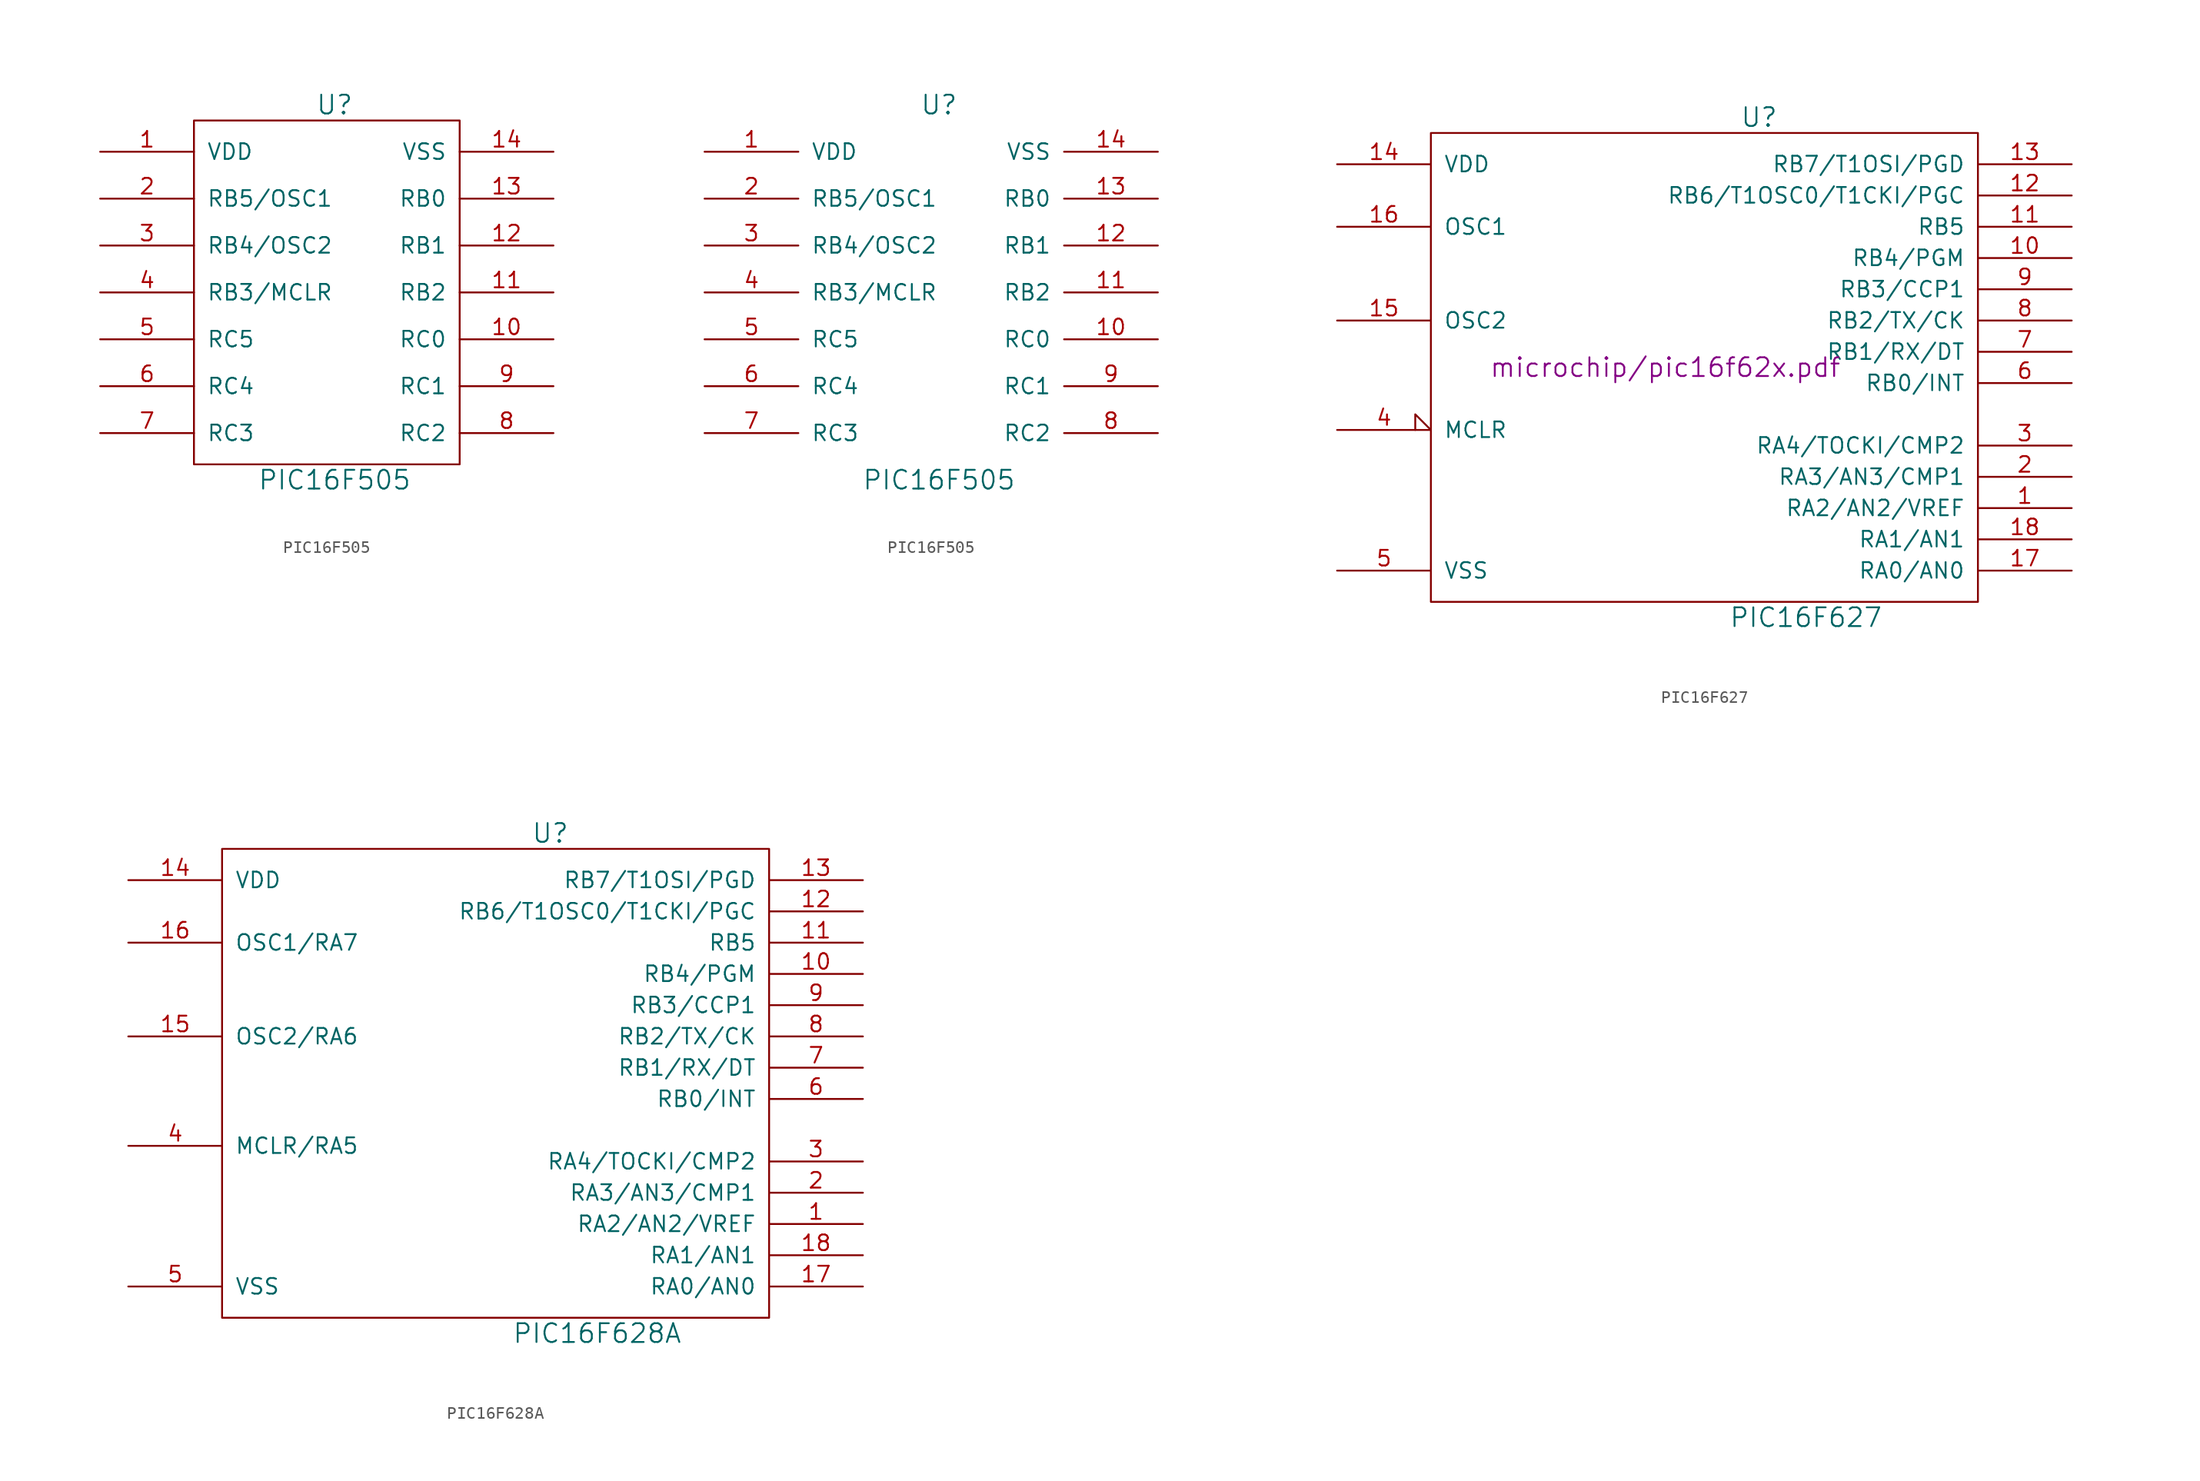
<source format=kicad_sym>
(kicad_symbol_lib
  (version 20211014)
  (generator kicad_symbol_editor)
  (symbol "PIC16F505"
    (pin_names
      (offset 1.016))
    (property "Reference" "U"
      (at 0 15.24 0)
      (effects (font (size 1.524 1.524))))
    (property "Value" "PIC16F505"
      (at 0 -15.24 0)
      (effects (font (size 1.524 1.524))))
    (property "Footprint" ""
      (at 0 0 0)
      (effects (font (size 1.524 1.524))))
    (property "Datasheet" ""
      (at 0 0 0)
      (effects (font (size 1.524 1.524))))
    (symbol "PIC16F505_0_1"
      (rectangle (start -11.43 13.97) (end 10.16 -13.97) (stroke (width 0) (type default) (color 0 0 0 0)) (fill (type none))))
    (symbol "PIC16F505_1_1"
      (pin power_in line (at -19.05 11.43 0) (length 7.62) (name "VDD" (effects (font (size 1.27 1.27)))) (number "1" (effects (font (size 1.27 1.27)))))
      (pin power_in line (at 17.78 -3.81 180) (length 7.62) (name "RC0" (effects (font (size 1.27 1.27)))) (number "10" (effects (font (size 1.27 1.27)))))
      (pin input line (at 17.78 0 180) (length 7.62) (name "RB2" (effects (font (size 1.27 1.27)))) (number "11" (effects (font (size 1.27 1.27)))))
      (pin input line (at 17.78 3.81 180) (length 7.62) (name "RB1" (effects (font (size 1.27 1.27)))) (number "12" (effects (font (size 1.27 1.27)))))
      (pin input line (at 17.78 7.62 180) (length 7.62) (name "RB0" (effects (font (size 1.27 1.27)))) (number "13" (effects (font (size 1.27 1.27)))))
      (pin power_in line (at 17.78 11.43 180) (length 7.62) (name "VSS" (effects (font (size 1.27 1.27)))) (number "14" (effects (font (size 1.27 1.27)))))
      (pin input line (at -19.05 7.62 0) (length 7.62) (name "RB5/OSC1" (effects (font (size 1.27 1.27)))) (number "2" (effects (font (size 1.27 1.27)))))
      (pin input line (at -19.05 3.81 0) (length 7.62) (name "RB4/OSC2" (effects (font (size 1.27 1.27)))) (number "3" (effects (font (size 1.27 1.27)))))
      (pin input line (at -19.05 0 0) (length 7.62) (name "RB3/MCLR" (effects (font (size 1.27 1.27)))) (number "4" (effects (font (size 1.27 1.27)))))
      (pin power_in line (at -19.05 -3.81 0) (length 7.62) (name "RC5" (effects (font (size 1.27 1.27)))) (number "5" (effects (font (size 1.27 1.27)))))
      (pin power_in line (at -19.05 -7.62 0) (length 7.62) (name "RC4" (effects (font (size 1.27 1.27)))) (number "6" (effects (font (size 1.27 1.27)))))
      (pin power_in line (at -19.05 -11.43 0) (length 7.62) (name "RC3" (effects (font (size 1.27 1.27)))) (number "7" (effects (font (size 1.27 1.27)))))
      (pin power_in line (at 17.78 -11.43 180) (length 7.62) (name "RC2" (effects (font (size 1.27 1.27)))) (number "8" (effects (font (size 1.27 1.27)))))
      (pin power_in line (at 17.78 -7.62 180) (length 7.62) (name "RC1" (effects (font (size 1.27 1.27)))) (number "9" (effects (font (size 1.27 1.27))))))
    (symbol "PIC16F505_1_2"
      (pin power_in line (at -19.05 11.43 0) (length 7.62) (name "VDD" (effects (font (size 1.27 1.27)))) (number "1" (effects (font (size 1.27 1.27)))))
      (pin power_in line (at 17.78 -3.81 180) (length 7.62) (name "RC0" (effects (font (size 1.27 1.27)))) (number "10" (effects (font (size 1.27 1.27)))))
      (pin input line (at 17.78 0 180) (length 7.62) (name "RB2" (effects (font (size 1.27 1.27)))) (number "11" (effects (font (size 1.27 1.27)))))
      (pin input line (at 17.78 3.81 180) (length 7.62) (name "RB1" (effects (font (size 1.27 1.27)))) (number "12" (effects (font (size 1.27 1.27)))))
      (pin input line (at 17.78 7.62 180) (length 7.62) (name "RB0" (effects (font (size 1.27 1.27)))) (number "13" (effects (font (size 1.27 1.27)))))
      (pin power_in line (at 17.78 11.43 180) (length 7.62) (name "VSS" (effects (font (size 1.27 1.27)))) (number "14" (effects (font (size 1.27 1.27)))))
      (pin input line (at -19.05 7.62 0) (length 7.62) (name "RB5/OSC1" (effects (font (size 1.27 1.27)))) (number "2" (effects (font (size 1.27 1.27)))))
      (pin input line (at -19.05 3.81 0) (length 7.62) (name "RB4/OSC2" (effects (font (size 1.27 1.27)))) (number "3" (effects (font (size 1.27 1.27)))))
      (pin input line (at -19.05 0 0) (length 7.62) (name "RB3/MCLR" (effects (font (size 1.27 1.27)))) (number "4" (effects (font (size 1.27 1.27)))))
      (pin power_in line (at -19.05 -3.81 0) (length 7.62) (name "RC5" (effects (font (size 1.27 1.27)))) (number "5" (effects (font (size 1.27 1.27)))))
      (pin power_in line (at -19.05 -7.62 0) (length 7.62) (name "RC4" (effects (font (size 1.27 1.27)))) (number "6" (effects (font (size 1.27 1.27)))))
      (pin power_in line (at -19.05 -11.43 0) (length 7.62) (name "RC3" (effects (font (size 1.27 1.27)))) (number "7" (effects (font (size 1.27 1.27)))))
      (pin power_in line (at 17.78 -11.43 180) (length 7.62) (name "RC2" (effects (font (size 1.27 1.27)))) (number "8" (effects (font (size 1.27 1.27)))))
      (pin power_in line (at 17.78 -7.62 180) (length 7.62) (name "RC1" (effects (font (size 1.27 1.27)))) (number "9" (effects (font (size 1.27 1.27)))))))
  (symbol "PIC16F627"
    (pin_names
      (offset 1.016))
    (property "Reference" "U"
      (at 7.62 20.32 0)
      (effects (font (size 1.524 1.524))))
    (property "Value" "PIC16F627"
      (at 11.43 -20.32 0)
      (effects (font (size 1.524 1.524))))
    (property "Footprint" ""
      (at 0 0 0)
      (effects (font (size 1.524 1.524))))
    (property "Datasheet" "microchip/pic16f62x.pdf"
      (at 0 0 0)
      (effects (font (size 1.524 1.524))))
    (symbol "PIC16F627_0_1"
      (rectangle (start 25.4 19.05) (end -19.05 -19.05) (stroke (width 0) (type default) (color 0 0 0 0)) (fill (type none))))
    (symbol "PIC16F627_1_1"
      (pin bidirectional line (at 33.02 -11.43 180) (length 7.62) (name "RA2/AN2/VREF" (effects (font (size 1.27 1.27)))) (number "1" (effects (font (size 1.27 1.27)))))
      (pin bidirectional line (at 33.02 8.89 180) (length 7.62) (name "RB4/PGM" (effects (font (size 1.27 1.27)))) (number "10" (effects (font (size 1.27 1.27)))))
      (pin bidirectional line (at 33.02 11.43 180) (length 7.62) (name "RB5" (effects (font (size 1.27 1.27)))) (number "11" (effects (font (size 1.27 1.27)))))
      (pin bidirectional line (at 33.02 13.97 180) (length 7.62) (name "RB6/T1OSC0/T1CKI/PGC" (effects (font (size 1.27 1.27)))) (number "12" (effects (font (size 1.27 1.27)))))
      (pin bidirectional line (at 33.02 16.51 180) (length 7.62) (name "RB7/T1OSI/PGD" (effects (font (size 1.27 1.27)))) (number "13" (effects (font (size 1.27 1.27)))))
      (pin power_in line (at -26.67 16.51 0) (length 7.62) (name "VDD" (effects (font (size 1.27 1.27)))) (number "14" (effects (font (size 1.27 1.27)))))
      (pin output line (at -26.67 3.81 0) (length 7.62) (name "OSC2" (effects (font (size 1.27 1.27)))) (number "15" (effects (font (size 1.27 1.27)))))
      (pin input line (at -26.67 11.43 0) (length 7.62) (name "OSC1" (effects (font (size 1.27 1.27)))) (number "16" (effects (font (size 1.27 1.27)))))
      (pin bidirectional line (at 33.02 -16.51 180) (length 7.62) (name "RA0/AN0" (effects (font (size 1.27 1.27)))) (number "17" (effects (font (size 1.27 1.27)))))
      (pin bidirectional line (at 33.02 -13.97 180) (length 7.62) (name "RA1/AN1" (effects (font (size 1.27 1.27)))) (number "18" (effects (font (size 1.27 1.27)))))
      (pin bidirectional line (at 33.02 -8.89 180) (length 7.62) (name "RA3/AN3/CMP1" (effects (font (size 1.27 1.27)))) (number "2" (effects (font (size 1.27 1.27)))))
      (pin bidirectional line (at 33.02 -6.35 180) (length 7.62) (name "RA4/TOCKI/CMP2" (effects (font (size 1.27 1.27)))) (number "3" (effects (font (size 1.27 1.27)))))
      (pin input input_low (at -26.67 -5.08 0) (length 7.62) (name "MCLR" (effects (font (size 1.27 1.27)))) (number "4" (effects (font (size 1.27 1.27)))))
      (pin power_in line (at -26.67 -16.51 0) (length 7.62) (name "VSS" (effects (font (size 1.27 1.27)))) (number "5" (effects (font (size 1.27 1.27)))))
      (pin bidirectional line (at 33.02 -1.27 180) (length 7.62) (name "RB0/INT" (effects (font (size 1.27 1.27)))) (number "6" (effects (font (size 1.27 1.27)))))
      (pin bidirectional line (at 33.02 1.27 180) (length 7.62) (name "RB1/RX/DT" (effects (font (size 1.27 1.27)))) (number "7" (effects (font (size 1.27 1.27)))))
      (pin bidirectional line (at 33.02 3.81 180) (length 7.62) (name "RB2/TX/CK" (effects (font (size 1.27 1.27)))) (number "8" (effects (font (size 1.27 1.27)))))
      (pin bidirectional line (at 33.02 6.35 180) (length 7.62) (name "RB3/CCP1" (effects (font (size 1.27 1.27)))) (number "9" (effects (font (size 1.27 1.27)))))))
  (symbol "PIC16F628A"
    (pin_names
      (offset 1.016))
    (property "Reference" "U"
      (at 7.62 20.32 0)
      (effects (font (size 1.524 1.524))))
    (property "Value" "PIC16F628A"
      (at 11.43 -20.32 0)
      (effects (font (size 1.524 1.524))))
    (property "Footprint" ""
      (at 0 0 0)
      (effects (font (size 1.524 1.524))))
    (property "Datasheet" ""
      (at 0 0 0)
      (effects (font (size 1.524 1.524))))
    (symbol "PIC16F628A_0_1"
      (rectangle (start 25.4 19.05) (end -19.05 -19.05) (stroke (width 0) (type default) (color 0 0 0 0)) (fill (type none))))
    (symbol "PIC16F628A_1_1"
      (pin bidirectional line (at 33.02 -11.43 180) (length 7.62) (name "RA2/AN2/VREF" (effects (font (size 1.27 1.27)))) (number "1" (effects (font (size 1.27 1.27)))))
      (pin bidirectional line (at 33.02 8.89 180) (length 7.62) (name "RB4/PGM" (effects (font (size 1.27 1.27)))) (number "10" (effects (font (size 1.27 1.27)))))
      (pin bidirectional line (at 33.02 11.43 180) (length 7.62) (name "RB5" (effects (font (size 1.27 1.27)))) (number "11" (effects (font (size 1.27 1.27)))))
      (pin bidirectional line (at 33.02 13.97 180) (length 7.62) (name "RB6/T1OSC0/T1CKI/PGC" (effects (font (size 1.27 1.27)))) (number "12" (effects (font (size 1.27 1.27)))))
      (pin bidirectional line (at 33.02 16.51 180) (length 7.62) (name "RB7/T1OSI/PGD" (effects (font (size 1.27 1.27)))) (number "13" (effects (font (size 1.27 1.27)))))
      (pin power_in line (at -26.67 16.51 0) (length 7.62) (name "VDD" (effects (font (size 1.27 1.27)))) (number "14" (effects (font (size 1.27 1.27)))))
      (pin output line (at -26.67 3.81 0) (length 7.62) (name "OSC2/RA6" (effects (font (size 1.27 1.27)))) (number "15" (effects (font (size 1.27 1.27)))))
      (pin input line (at -26.67 11.43 0) (length 7.62) (name "OSC1/RA7" (effects (font (size 1.27 1.27)))) (number "16" (effects (font (size 1.27 1.27)))))
      (pin bidirectional line (at 33.02 -16.51 180) (length 7.62) (name "RA0/AN0" (effects (font (size 1.27 1.27)))) (number "17" (effects (font (size 1.27 1.27)))))
      (pin bidirectional line (at 33.02 -13.97 180) (length 7.62) (name "RA1/AN1" (effects (font (size 1.27 1.27)))) (number "18" (effects (font (size 1.27 1.27)))))
      (pin bidirectional line (at 33.02 -8.89 180) (length 7.62) (name "RA3/AN3/CMP1" (effects (font (size 1.27 1.27)))) (number "2" (effects (font (size 1.27 1.27)))))
      (pin bidirectional line (at 33.02 -6.35 180) (length 7.62) (name "RA4/TOCKI/CMP2" (effects (font (size 1.27 1.27)))) (number "3" (effects (font (size 1.27 1.27)))))
      (pin input line (at -26.67 -5.08 0) (length 7.62) (name "MCLR/RA5" (effects (font (size 1.27 1.27)))) (number "4" (effects (font (size 1.27 1.27)))))
      (pin power_in line (at -26.67 -16.51 0) (length 7.62) (name "VSS" (effects (font (size 1.27 1.27)))) (number "5" (effects (font (size 1.27 1.27)))))
      (pin bidirectional line (at 33.02 -1.27 180) (length 7.62) (name "RB0/INT" (effects (font (size 1.27 1.27)))) (number "6" (effects (font (size 1.27 1.27)))))
      (pin bidirectional line (at 33.02 1.27 180) (length 7.62) (name "RB1/RX/DT" (effects (font (size 1.27 1.27)))) (number "7" (effects (font (size 1.27 1.27)))))
      (pin bidirectional line (at 33.02 3.81 180) (length 7.62) (name "RB2/TX/CK" (effects (font (size 1.27 1.27)))) (number "8" (effects (font (size 1.27 1.27)))))
      (pin bidirectional line (at 33.02 6.35 180) (length 7.62) (name "RB3/CCP1" (effects (font (size 1.27 1.27)))) (number "9" (effects (font (size 1.27 1.27))))))))
</source>
